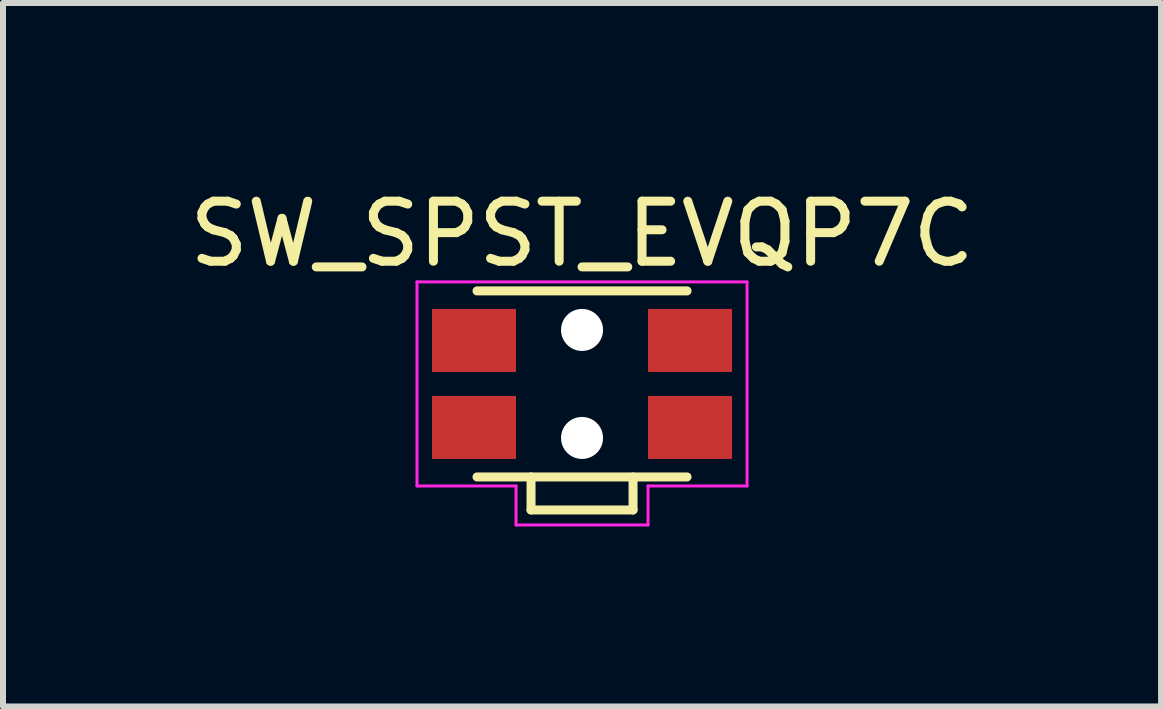
<source format=kicad_pcb>
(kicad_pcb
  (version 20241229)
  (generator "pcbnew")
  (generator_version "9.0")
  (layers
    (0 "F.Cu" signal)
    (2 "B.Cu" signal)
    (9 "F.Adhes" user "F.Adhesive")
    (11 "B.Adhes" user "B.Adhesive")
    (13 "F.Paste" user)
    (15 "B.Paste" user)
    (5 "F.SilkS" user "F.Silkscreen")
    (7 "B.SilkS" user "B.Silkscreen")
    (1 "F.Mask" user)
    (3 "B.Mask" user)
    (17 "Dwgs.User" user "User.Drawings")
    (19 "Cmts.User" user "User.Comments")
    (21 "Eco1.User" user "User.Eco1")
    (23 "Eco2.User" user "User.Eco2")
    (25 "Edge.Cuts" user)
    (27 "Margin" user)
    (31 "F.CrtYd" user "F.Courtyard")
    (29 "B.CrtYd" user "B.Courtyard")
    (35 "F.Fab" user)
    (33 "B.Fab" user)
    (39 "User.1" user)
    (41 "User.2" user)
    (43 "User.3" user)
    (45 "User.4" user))
  (footprint "SW_SPST_EVQP7C"
    (layer "F.Cu")
    (at 6.649 3.348)
    (property "Reference" "SW_SPST_EVQP7C" (at 0 -2.5 0) (layer "F.SilkS") (effects (font (size 1 1) (thickness 0.15))))
    (attr smd)
    (fp_line (start -1.75 -1.55) (end 1.75 -1.55) (stroke (width 0.15) (type solid)) (layer "F.SilkS"))
    (fp_line (start -0.85 2.1) (end -0.85 1.55) (stroke (width 0.15) (type solid)) (layer "F.SilkS"))
    (fp_line (start 0.85 1.55) (end 0.85 2.1) (stroke (width 0.15) (type solid)) (layer "F.SilkS"))
    (fp_line (start 0.85 2.1) (end -0.85 2.1) (stroke (width 0.15) (type solid)) (layer "F.SilkS"))
    (fp_line (start 1.75 1.55) (end -1.75 1.55) (stroke (width 0.15) (type solid)) (layer "F.SilkS"))
    (fp_line (start -2.75 -1.7) (end 2.75 -1.7) (stroke (width 0.05) (type solid)) (layer "F.CrtYd"))
    (fp_line (start -2.75 1.7) (end -2.75 -1.7) (stroke (width 0.05) (type solid)) (layer "F.CrtYd"))
    (fp_line (start -1.1 1.7) (end -2.75 1.7) (stroke (width 0.05) (type solid)) (layer "F.CrtYd"))
    (fp_line (start -1.1 2.35) (end -1.1 1.7) (stroke (width 0.05) (type solid)) (layer "F.CrtYd"))
    (fp_line (start 1.1 1.7) (end 1.1 2.35) (stroke (width 0.05) (type solid)) (layer "F.CrtYd"))
    (fp_line (start 1.1 2.35) (end -1.1 2.35) (stroke (width 0.05) (type solid)) (layer "F.CrtYd"))
    (fp_line (start 2.75 -1.7) (end 2.75 1.7) (stroke (width 0.05) (type solid)) (layer "F.CrtYd"))
    (fp_line (start 2.75 1.7) (end 1.1 1.7) (stroke (width 0.05) (type solid)) (layer "F.CrtYd"))
    (pad "" np_thru_hole circle (at 0 -0.9) (size 0.7 0.7) (drill 0.7) (layers "*.Cu" "*.Mask"))
    (pad "" np_thru_hole circle (at 0 0.9) (size 0.7 0.7) (drill 0.7) (layers "*.Cu" "*.Mask"))
    (pad "1" smd rect (at -1.8 -0.725) (size 1.4 1.05) (layers "F.Cu" "F.Mask" "F.Paste"))
    (pad "1" smd rect (at 1.8 -0.725) (size 1.4 1.05) (layers "F.Cu" "F.Mask" "F.Paste"))
    (pad "2" smd rect (at -1.8 0.725) (size 1.4 1.05) (layers "F.Cu" "F.Mask" "F.Paste"))
    (pad "2" smd rect (at 1.8 0.725) (size 1.4 1.05) (layers "F.Cu" "F.Mask" "F.Paste")))
  (gr_rect
    (start -3 -3)
    (end 16.298 8.723)
    (stroke (width 0.1) (type default))
    (fill no)
    (layer "Edge.Cuts")))
</source>
